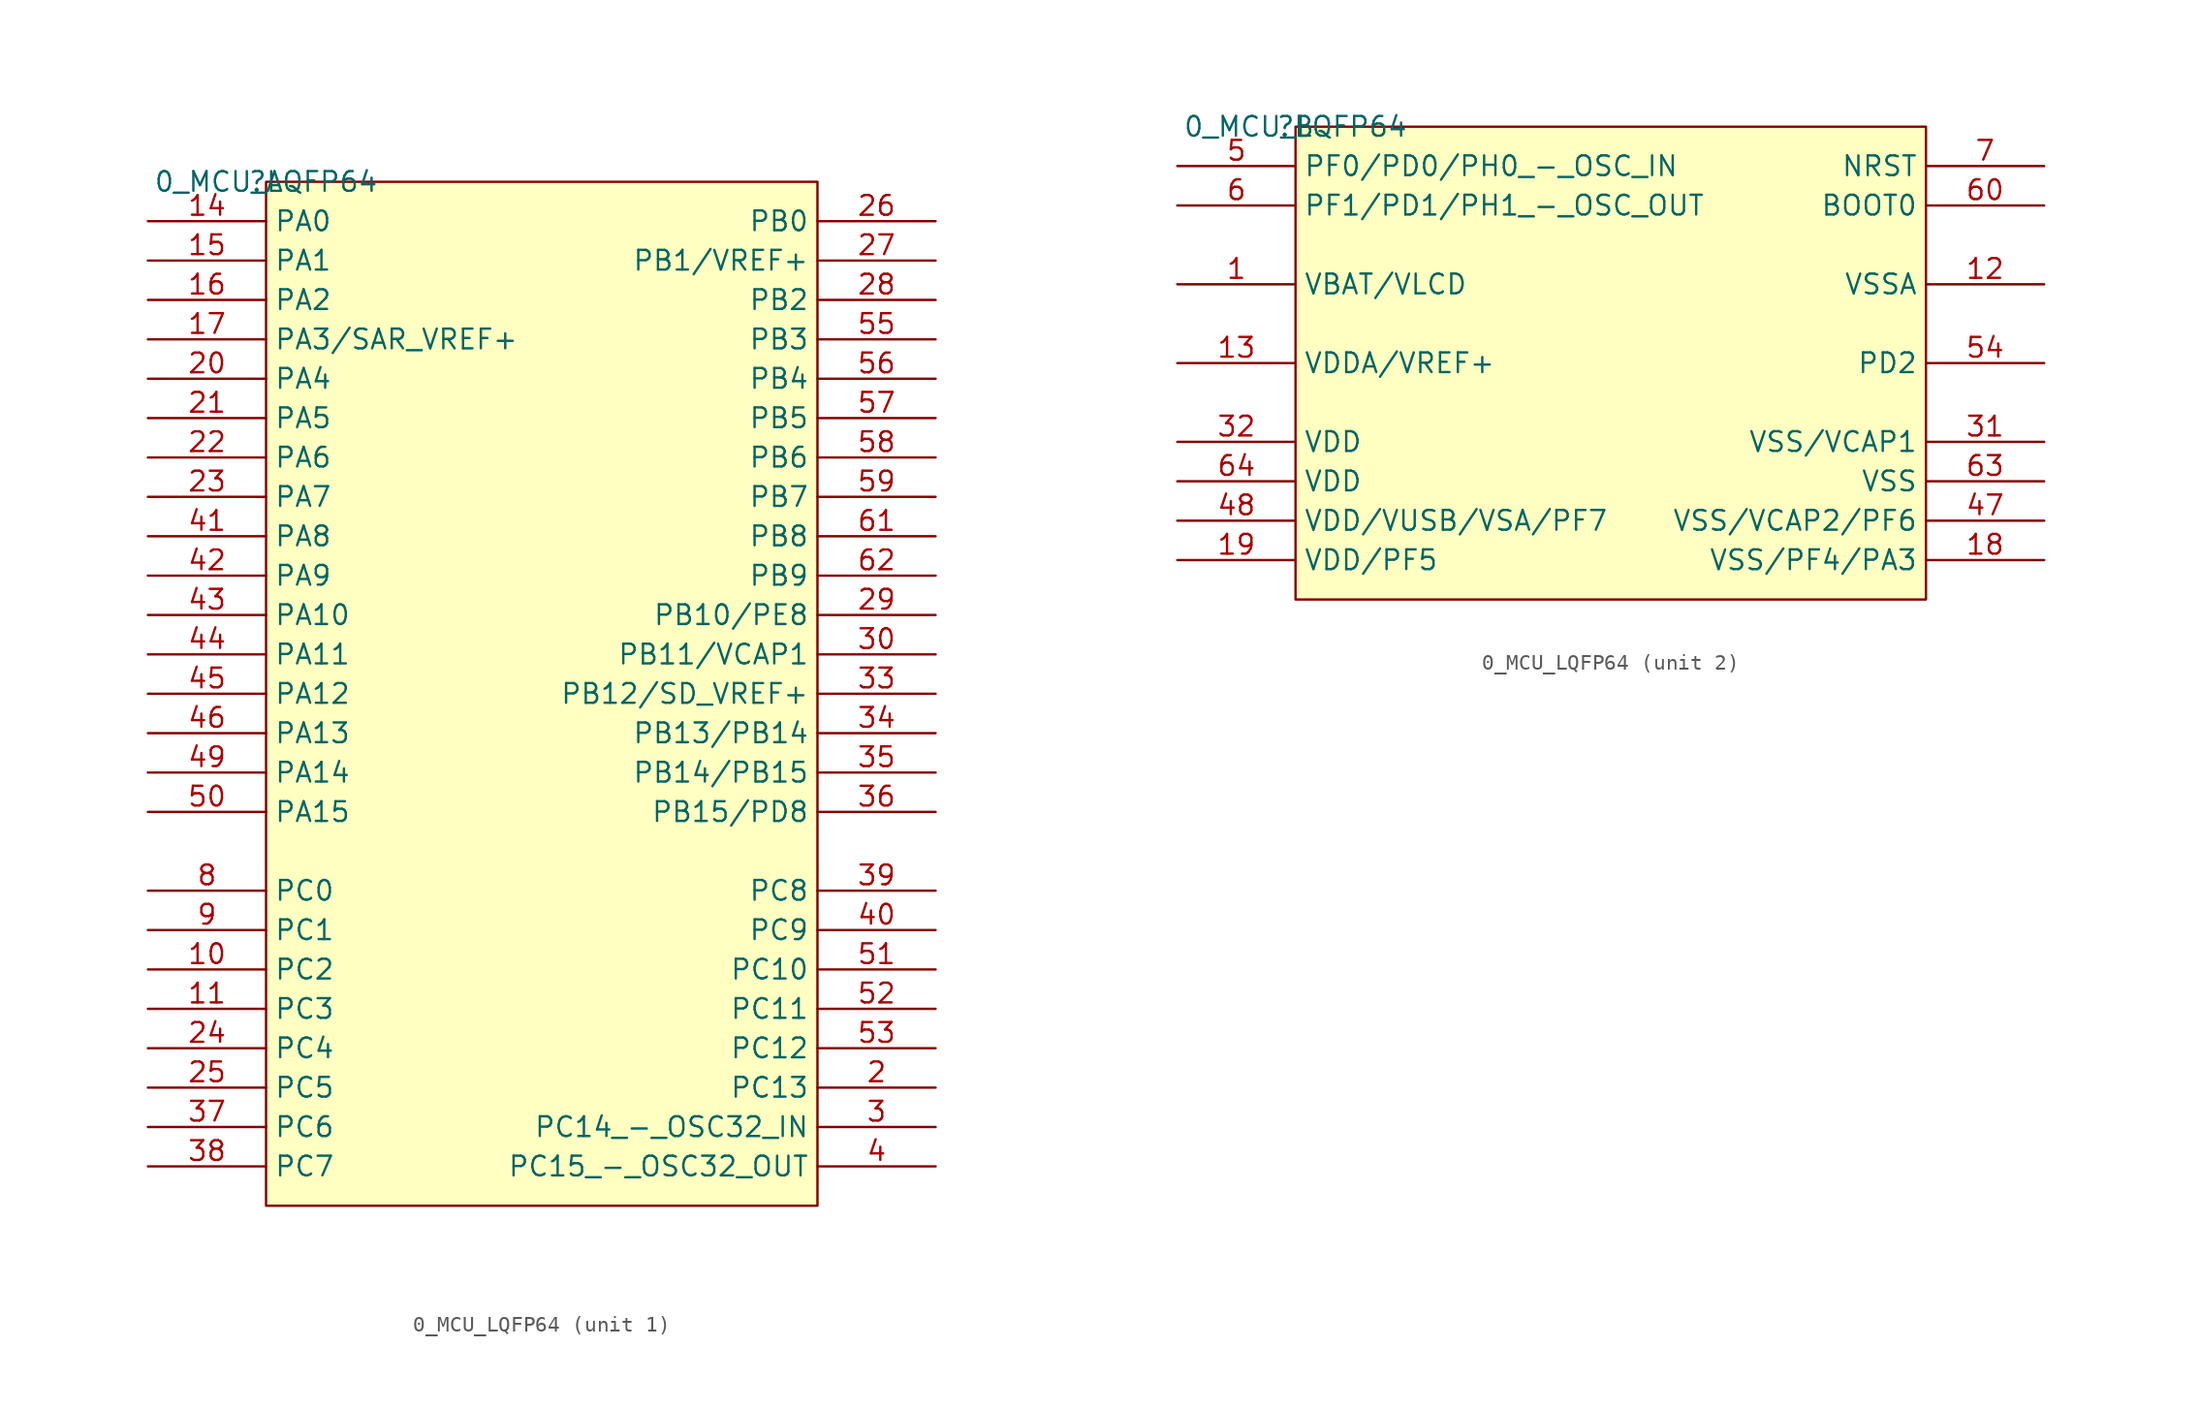
<source format=kicad_sym>
(kicad_symbol_lib
  (version 20211014)
  (generator kicad_symbol_editor)
  (symbol "0_MCU_LQFP64"
    (property "Reference" ""
      (at 0 0 0)
      (effects (font (size 1.27 1.27))))
    (property "Value" "0_MCU_LQFP64"
      (at 0 0 0)
      (effects (font (size 1.27 1.27))))
    (symbol "0_MCU_LQFP64_1_0"
      (rectangle (start 35.56 0) (end 0 -66.04) (stroke (width 0) (type default) (color 0 0 0 0)) (fill (type background)))
      (pin passive line (at -7.62 -50.8 0) (length 7.62) (name "PC2" (effects (font (size 1.27 1.27)))) (number "10" (effects (font (size 1.27 1.27)))))
      (pin passive line (at -7.62 -53.34 0) (length 7.62) (name "PC3" (effects (font (size 1.27 1.27)))) (number "11" (effects (font (size 1.27 1.27)))))
      (pin passive line (at -7.62 -2.54 0) (length 7.62) (name "PA0" (effects (font (size 1.27 1.27)))) (number "14" (effects (font (size 1.27 1.27)))))
      (pin passive line (at -7.62 -5.08 0) (length 7.62) (name "PA1" (effects (font (size 1.27 1.27)))) (number "15" (effects (font (size 1.27 1.27)))))
      (pin passive line (at -7.62 -7.62 0) (length 7.62) (name "PA2" (effects (font (size 1.27 1.27)))) (number "16" (effects (font (size 1.27 1.27)))))
      (pin passive line (at -7.62 -10.16 0) (length 7.62) (name "PA3/SAR_VREF+" (effects (font (size 1.27 1.27)))) (number "17" (effects (font (size 1.27 1.27)))))
      (pin passive line (at 43.18 -58.42 180) (length 7.62) (name "PC13" (effects (font (size 1.27 1.27)))) (number "2" (effects (font (size 1.27 1.27)))))
      (pin passive line (at -7.62 -12.7 0) (length 7.62) (name "PA4" (effects (font (size 1.27 1.27)))) (number "20" (effects (font (size 1.27 1.27)))))
      (pin passive line (at -7.62 -15.24 0) (length 7.62) (name "PA5" (effects (font (size 1.27 1.27)))) (number "21" (effects (font (size 1.27 1.27)))))
      (pin passive line (at -7.62 -17.78 0) (length 7.62) (name "PA6" (effects (font (size 1.27 1.27)))) (number "22" (effects (font (size 1.27 1.27)))))
      (pin passive line (at -7.62 -20.32 0) (length 7.62) (name "PA7" (effects (font (size 1.27 1.27)))) (number "23" (effects (font (size 1.27 1.27)))))
      (pin passive line (at -7.62 -55.88 0) (length 7.62) (name "PC4" (effects (font (size 1.27 1.27)))) (number "24" (effects (font (size 1.27 1.27)))))
      (pin passive line (at -7.62 -58.42 0) (length 7.62) (name "PC5" (effects (font (size 1.27 1.27)))) (number "25" (effects (font (size 1.27 1.27)))))
      (pin passive line (at 43.18 -2.54 180) (length 7.62) (name "PB0" (effects (font (size 1.27 1.27)))) (number "26" (effects (font (size 1.27 1.27)))))
      (pin passive line (at 43.18 -5.08 180) (length 7.62) (name "PB1/VREF+" (effects (font (size 1.27 1.27)))) (number "27" (effects (font (size 1.27 1.27)))))
      (pin passive line (at 43.18 -7.62 180) (length 7.62) (name "PB2" (effects (font (size 1.27 1.27)))) (number "28" (effects (font (size 1.27 1.27)))))
      (pin passive line (at 43.18 -27.94 180) (length 7.62) (name "PB10/PE8" (effects (font (size 1.27 1.27)))) (number "29" (effects (font (size 1.27 1.27)))))
      (pin passive line (at 43.18 -60.96 180) (length 7.62) (name "PC14_-_OSC32_IN" (effects (font (size 1.27 1.27)))) (number "3" (effects (font (size 1.27 1.27)))))
      (pin passive line (at 43.18 -30.48 180) (length 7.62) (name "PB11/VCAP1" (effects (font (size 1.27 1.27)))) (number "30" (effects (font (size 1.27 1.27)))))
      (pin passive line (at 43.18 -33.02 180) (length 7.62) (name "PB12/SD_VREF+" (effects (font (size 1.27 1.27)))) (number "33" (effects (font (size 1.27 1.27)))))
      (pin passive line (at 43.18 -35.56 180) (length 7.62) (name "PB13/PB14" (effects (font (size 1.27 1.27)))) (number "34" (effects (font (size 1.27 1.27)))))
      (pin passive line (at 43.18 -38.1 180) (length 7.62) (name "PB14/PB15" (effects (font (size 1.27 1.27)))) (number "35" (effects (font (size 1.27 1.27)))))
      (pin passive line (at 43.18 -40.64 180) (length 7.62) (name "PB15/PD8" (effects (font (size 1.27 1.27)))) (number "36" (effects (font (size 1.27 1.27)))))
      (pin passive line (at -7.62 -60.96 0) (length 7.62) (name "PC6" (effects (font (size 1.27 1.27)))) (number "37" (effects (font (size 1.27 1.27)))))
      (pin passive line (at -7.62 -63.5 0) (length 7.62) (name "PC7" (effects (font (size 1.27 1.27)))) (number "38" (effects (font (size 1.27 1.27)))))
      (pin passive line (at 43.18 -45.72 180) (length 7.62) (name "PC8" (effects (font (size 1.27 1.27)))) (number "39" (effects (font (size 1.27 1.27)))))
      (pin passive line (at 43.18 -63.5 180) (length 7.62) (name "PC15_-_OSC32_OUT" (effects (font (size 1.27 1.27)))) (number "4" (effects (font (size 1.27 1.27)))))
      (pin passive line (at 43.18 -48.26 180) (length 7.62) (name "PC9" (effects (font (size 1.27 1.27)))) (number "40" (effects (font (size 1.27 1.27)))))
      (pin passive line (at -7.62 -22.86 0) (length 7.62) (name "PA8" (effects (font (size 1.27 1.27)))) (number "41" (effects (font (size 1.27 1.27)))))
      (pin passive line (at -7.62 -25.4 0) (length 7.62) (name "PA9" (effects (font (size 1.27 1.27)))) (number "42" (effects (font (size 1.27 1.27)))))
      (pin passive line (at -7.62 -27.94 0) (length 7.62) (name "PA10" (effects (font (size 1.27 1.27)))) (number "43" (effects (font (size 1.27 1.27)))))
      (pin passive line (at -7.62 -30.48 0) (length 7.62) (name "PA11" (effects (font (size 1.27 1.27)))) (number "44" (effects (font (size 1.27 1.27)))))
      (pin passive line (at -7.62 -33.02 0) (length 7.62) (name "PA12" (effects (font (size 1.27 1.27)))) (number "45" (effects (font (size 1.27 1.27)))))
      (pin passive line (at -7.62 -35.56 0) (length 7.62) (name "PA13" (effects (font (size 1.27 1.27)))) (number "46" (effects (font (size 1.27 1.27)))))
      (pin passive line (at -7.62 -38.1 0) (length 7.62) (name "PA14" (effects (font (size 1.27 1.27)))) (number "49" (effects (font (size 1.27 1.27)))))
      (pin passive line (at -7.62 -40.64 0) (length 7.62) (name "PA15" (effects (font (size 1.27 1.27)))) (number "50" (effects (font (size 1.27 1.27)))))
      (pin passive line (at 43.18 -50.8 180) (length 7.62) (name "PC10" (effects (font (size 1.27 1.27)))) (number "51" (effects (font (size 1.27 1.27)))))
      (pin passive line (at 43.18 -53.34 180) (length 7.62) (name "PC11" (effects (font (size 1.27 1.27)))) (number "52" (effects (font (size 1.27 1.27)))))
      (pin passive line (at 43.18 -55.88 180) (length 7.62) (name "PC12" (effects (font (size 1.27 1.27)))) (number "53" (effects (font (size 1.27 1.27)))))
      (pin passive line (at 43.18 -10.16 180) (length 7.62) (name "PB3" (effects (font (size 1.27 1.27)))) (number "55" (effects (font (size 1.27 1.27)))))
      (pin passive line (at 43.18 -12.7 180) (length 7.62) (name "PB4" (effects (font (size 1.27 1.27)))) (number "56" (effects (font (size 1.27 1.27)))))
      (pin passive line (at 43.18 -15.24 180) (length 7.62) (name "PB5" (effects (font (size 1.27 1.27)))) (number "57" (effects (font (size 1.27 1.27)))))
      (pin passive line (at 43.18 -17.78 180) (length 7.62) (name "PB6" (effects (font (size 1.27 1.27)))) (number "58" (effects (font (size 1.27 1.27)))))
      (pin passive line (at 43.18 -20.32 180) (length 7.62) (name "PB7" (effects (font (size 1.27 1.27)))) (number "59" (effects (font (size 1.27 1.27)))))
      (pin passive line (at 43.18 -22.86 180) (length 7.62) (name "PB8" (effects (font (size 1.27 1.27)))) (number "61" (effects (font (size 1.27 1.27)))))
      (pin passive line (at 43.18 -25.4 180) (length 7.62) (name "PB9" (effects (font (size 1.27 1.27)))) (number "62" (effects (font (size 1.27 1.27)))))
      (pin passive line (at -7.62 -45.72 0) (length 7.62) (name "PC0" (effects (font (size 1.27 1.27)))) (number "8" (effects (font (size 1.27 1.27)))))
      (pin passive line (at -7.62 -48.26 0) (length 7.62) (name "PC1" (effects (font (size 1.27 1.27)))) (number "9" (effects (font (size 1.27 1.27))))))
    (symbol "0_MCU_LQFP64_2_0"
      (rectangle (start 40.64 0) (end 0 -30.48) (stroke (width 0) (type default) (color 0 0 0 0)) (fill (type background)))
      (pin passive line (at -7.62 -10.16 0) (length 7.62) (name "VBAT/VLCD" (effects (font (size 1.27 1.27)))) (number "1" (effects (font (size 1.27 1.27)))))
      (pin passive line (at 48.26 -10.16 180) (length 7.62) (name "VSSA" (effects (font (size 1.27 1.27)))) (number "12" (effects (font (size 1.27 1.27)))))
      (pin passive line (at -7.62 -15.24 0) (length 7.62) (name "VDDA/VREF+" (effects (font (size 1.27 1.27)))) (number "13" (effects (font (size 1.27 1.27)))))
      (pin passive line (at 48.26 -27.94 180) (length 7.62) (name "VSS/PF4/PA3" (effects (font (size 1.27 1.27)))) (number "18" (effects (font (size 1.27 1.27)))))
      (pin passive line (at -7.62 -27.94 0) (length 7.62) (name "VDD/PF5" (effects (font (size 1.27 1.27)))) (number "19" (effects (font (size 1.27 1.27)))))
      (pin passive line (at 48.26 -20.32 180) (length 7.62) (name "VSS/VCAP1" (effects (font (size 1.27 1.27)))) (number "31" (effects (font (size 1.27 1.27)))))
      (pin passive line (at -7.62 -20.32 0) (length 7.62) (name "VDD" (effects (font (size 1.27 1.27)))) (number "32" (effects (font (size 1.27 1.27)))))
      (pin passive line (at 48.26 -25.4 180) (length 7.62) (name "VSS/VCAP2/PF6" (effects (font (size 1.27 1.27)))) (number "47" (effects (font (size 1.27 1.27)))))
      (pin passive line (at -7.62 -25.4 0) (length 7.62) (name "VDD/VUSB/VSA/PF7" (effects (font (size 1.27 1.27)))) (number "48" (effects (font (size 1.27 1.27)))))
      (pin passive line (at -7.62 -2.54 0) (length 7.62) (name "PF0/PD0/PH0_-_OSC_IN" (effects (font (size 1.27 1.27)))) (number "5" (effects (font (size 1.27 1.27)))))
      (pin passive line (at 48.26 -15.24 180) (length 7.62) (name "PD2" (effects (font (size 1.27 1.27)))) (number "54" (effects (font (size 1.27 1.27)))))
      (pin passive line (at -7.62 -5.08 0) (length 7.62) (name "PF1/PD1/PH1_-_OSC_OUT" (effects (font (size 1.27 1.27)))) (number "6" (effects (font (size 1.27 1.27)))))
      (pin passive line (at 48.26 -5.08 180) (length 7.62) (name "BOOT0" (effects (font (size 1.27 1.27)))) (number "60" (effects (font (size 1.27 1.27)))))
      (pin passive line (at 48.26 -22.86 180) (length 7.62) (name "VSS" (effects (font (size 1.27 1.27)))) (number "63" (effects (font (size 1.27 1.27)))))
      (pin passive line (at -7.62 -22.86 0) (length 7.62) (name "VDD" (effects (font (size 1.27 1.27)))) (number "64" (effects (font (size 1.27 1.27)))))
      (pin passive line (at 48.26 -2.54 180) (length 7.62) (name "NRST" (effects (font (size 1.27 1.27)))) (number "7" (effects (font (size 1.27 1.27))))))))
</source>
